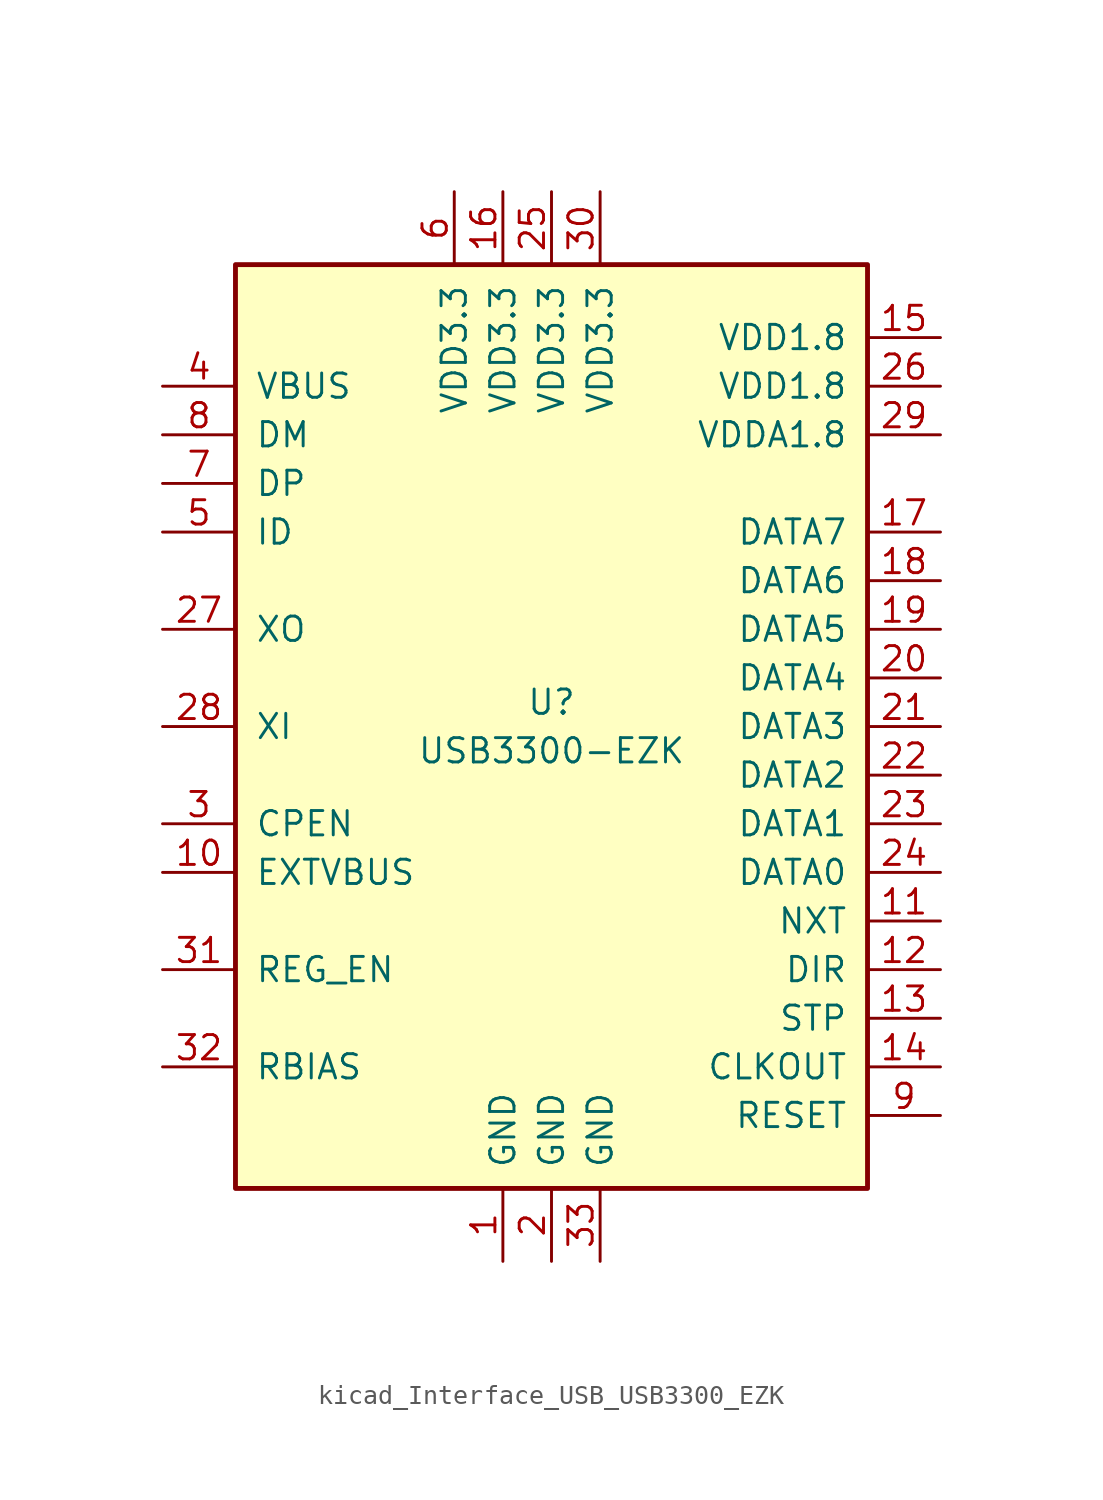
<source format=kicad_sym>
(kicad_symbol_lib
  (version 20220914)
  (generator kicad_symbol_editor)
  (symbol "kicad_Interface_USB_USB3300_EZK"
    (pin_names
      (offset 1.016))
    (property "Reference" "U"
      (at 0 1.27 0)
      (effects (font (size 1.27 1.27))))
    (property "Value" "USB3300-EZK"
      (at 0 -1.27 0)
      (effects (font (size 1.27 1.27))))
    (symbol "kicad_Interface_USB_USB3300_EZK_0_1"
      (rectangle (start 16.51 -24.13) (end -16.51 24.13) (stroke (width 0.254) (type default)) (fill (type background))))
    (symbol "kicad_Interface_USB_USB3300_EZK_1_1"
      (pin power_in line (at -2.54 -27.94 90) (length 3.81) (name "GND" (effects (font (size 1.27 1.27)))) (number "1" (effects (font (size 1.27 1.27)))))
      (pin input line (at -20.32 -7.62 0) (length 3.81) (name "EXTVBUS" (effects (font (size 1.27 1.27)))) (number "10" (effects (font (size 1.27 1.27)))))
      (pin output line (at 20.32 -10.16 180) (length 3.81) (name "NXT" (effects (font (size 1.27 1.27)))) (number "11" (effects (font (size 1.27 1.27)))))
      (pin output line (at 20.32 -12.7 180) (length 3.81) (name "DIR" (effects (font (size 1.27 1.27)))) (number "12" (effects (font (size 1.27 1.27)))))
      (pin input line (at 20.32 -15.24 180) (length 3.81) (name "STP" (effects (font (size 1.27 1.27)))) (number "13" (effects (font (size 1.27 1.27)))))
      (pin output line (at 20.32 -17.78 180) (length 3.81) (name "CLKOUT" (effects (font (size 1.27 1.27)))) (number "14" (effects (font (size 1.27 1.27)))))
      (pin power_out line (at 20.32 20.32 180) (length 3.81) (name "VDD1.8" (effects (font (size 1.27 1.27)))) (number "15" (effects (font (size 1.27 1.27)))))
      (pin power_in line (at -2.54 27.94 270) (length 3.81) (name "VDD3.3" (effects (font (size 1.27 1.27)))) (number "16" (effects (font (size 1.27 1.27)))))
      (pin bidirectional line (at 20.32 10.16 180) (length 3.81) (name "DATA7" (effects (font (size 1.27 1.27)))) (number "17" (effects (font (size 1.27 1.27)))))
      (pin bidirectional line (at 20.32 7.62 180) (length 3.81) (name "DATA6" (effects (font (size 1.27 1.27)))) (number "18" (effects (font (size 1.27 1.27)))))
      (pin bidirectional line (at 20.32 5.08 180) (length 3.81) (name "DATA5" (effects (font (size 1.27 1.27)))) (number "19" (effects (font (size 1.27 1.27)))))
      (pin power_in line (at 0 -27.94 90) (length 3.81) (name "GND" (effects (font (size 1.27 1.27)))) (number "2" (effects (font (size 1.27 1.27)))))
      (pin bidirectional line (at 20.32 2.54 180) (length 3.81) (name "DATA4" (effects (font (size 1.27 1.27)))) (number "20" (effects (font (size 1.27 1.27)))))
      (pin bidirectional line (at 20.32 0 180) (length 3.81) (name "DATA3" (effects (font (size 1.27 1.27)))) (number "21" (effects (font (size 1.27 1.27)))))
      (pin bidirectional line (at 20.32 -2.54 180) (length 3.81) (name "DATA2" (effects (font (size 1.27 1.27)))) (number "22" (effects (font (size 1.27 1.27)))))
      (pin bidirectional line (at 20.32 -5.08 180) (length 3.81) (name "DATA1" (effects (font (size 1.27 1.27)))) (number "23" (effects (font (size 1.27 1.27)))))
      (pin bidirectional line (at 20.32 -7.62 180) (length 3.81) (name "DATA0" (effects (font (size 1.27 1.27)))) (number "24" (effects (font (size 1.27 1.27)))))
      (pin power_in line (at 0 27.94 270) (length 3.81) (name "VDD3.3" (effects (font (size 1.27 1.27)))) (number "25" (effects (font (size 1.27 1.27)))))
      (pin power_out line (at 20.32 17.78 180) (length 3.81) (name "VDD1.8" (effects (font (size 1.27 1.27)))) (number "26" (effects (font (size 1.27 1.27)))))
      (pin output line (at -20.32 5.08 0) (length 3.81) (name "XO" (effects (font (size 1.27 1.27)))) (number "27" (effects (font (size 1.27 1.27)))))
      (pin input line (at -20.32 0 0) (length 3.81) (name "XI" (effects (font (size 1.27 1.27)))) (number "28" (effects (font (size 1.27 1.27)))))
      (pin power_out line (at 20.32 15.24 180) (length 3.81) (name "VDDA1.8" (effects (font (size 1.27 1.27)))) (number "29" (effects (font (size 1.27 1.27)))))
      (pin output line (at -20.32 -5.08 0) (length 3.81) (name "CPEN" (effects (font (size 1.27 1.27)))) (number "3" (effects (font (size 1.27 1.27)))))
      (pin power_in line (at 2.54 27.94 270) (length 3.81) (name "VDD3.3" (effects (font (size 1.27 1.27)))) (number "30" (effects (font (size 1.27 1.27)))))
      (pin bidirectional line (at -20.32 -12.7 0) (length 3.81) (name "REG_EN" (effects (font (size 1.27 1.27)))) (number "31" (effects (font (size 1.27 1.27)))))
      (pin passive line (at -20.32 -17.78 0) (length 3.81) (name "RBIAS" (effects (font (size 1.27 1.27)))) (number "32" (effects (font (size 1.27 1.27)))))
      (pin power_in line (at 2.54 -27.94 90) (length 3.81) (name "GND" (effects (font (size 1.27 1.27)))) (number "33" (effects (font (size 1.27 1.27)))))
      (pin power_in line (at -20.32 17.78 0) (length 3.81) (name "VBUS" (effects (font (size 1.27 1.27)))) (number "4" (effects (font (size 1.27 1.27)))))
      (pin input line (at -20.32 10.16 0) (length 3.81) (name "ID" (effects (font (size 1.27 1.27)))) (number "5" (effects (font (size 1.27 1.27)))))
      (pin power_in line (at -5.08 27.94 270) (length 3.81) (name "VDD3.3" (effects (font (size 1.27 1.27)))) (number "6" (effects (font (size 1.27 1.27)))))
      (pin bidirectional line (at -20.32 12.7 0) (length 3.81) (name "DP" (effects (font (size 1.27 1.27)))) (number "7" (effects (font (size 1.27 1.27)))))
      (pin bidirectional line (at -20.32 15.24 0) (length 3.81) (name "DM" (effects (font (size 1.27 1.27)))) (number "8" (effects (font (size 1.27 1.27)))))
      (pin input line (at 20.32 -20.32 180) (length 3.81) (name "RESET" (effects (font (size 1.27 1.27)))) (number "9" (effects (font (size 1.27 1.27))))))))
</source>
